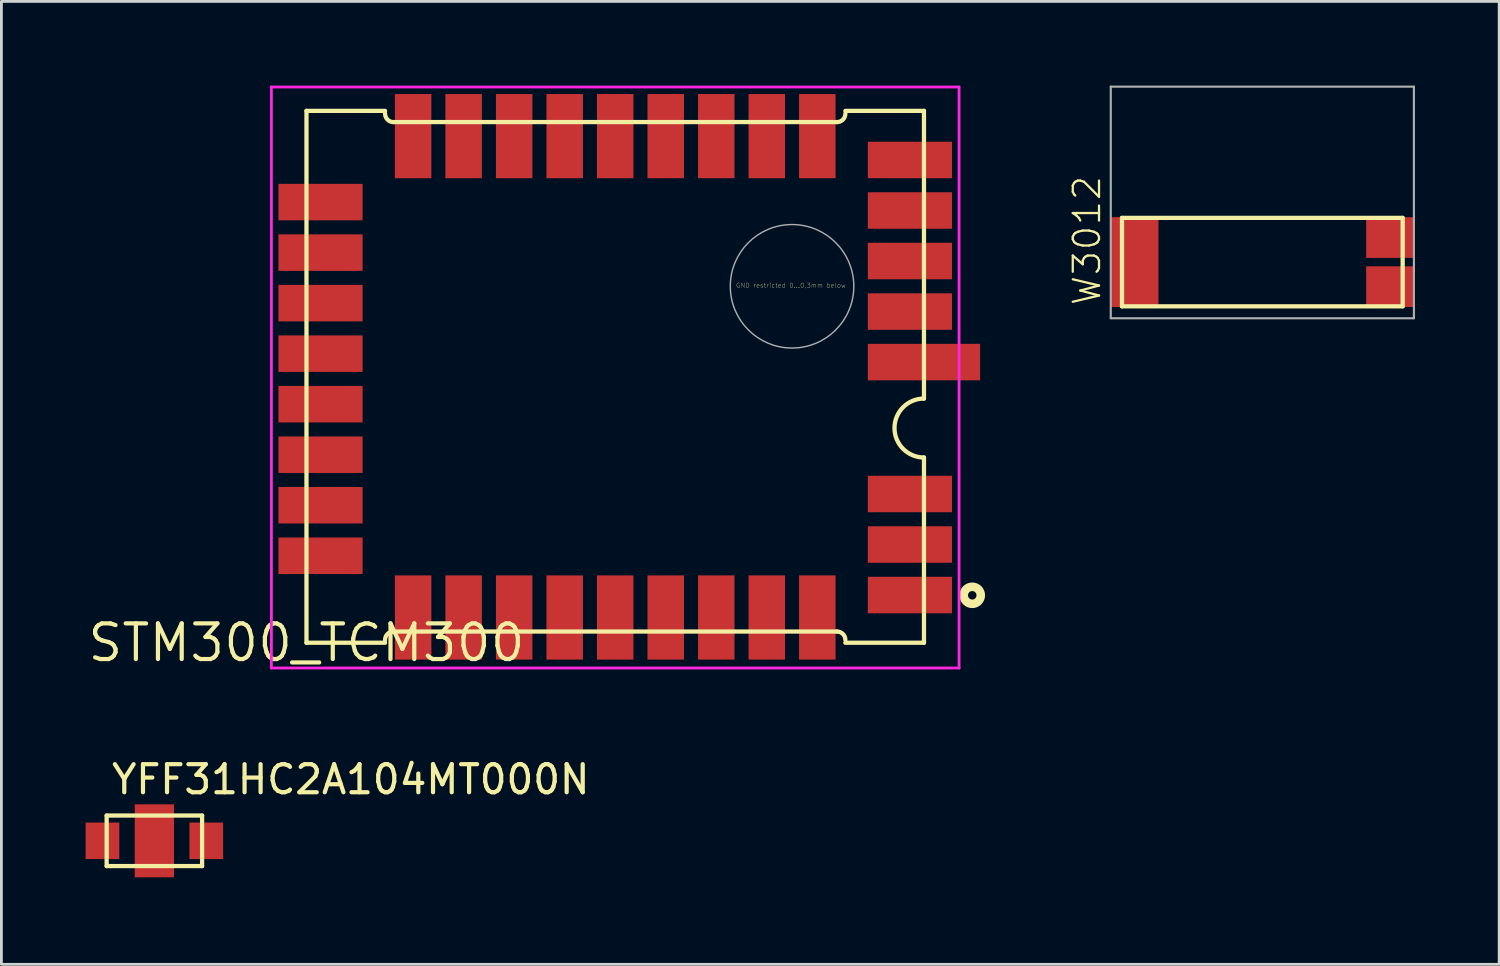
<source format=kicad_pcb>
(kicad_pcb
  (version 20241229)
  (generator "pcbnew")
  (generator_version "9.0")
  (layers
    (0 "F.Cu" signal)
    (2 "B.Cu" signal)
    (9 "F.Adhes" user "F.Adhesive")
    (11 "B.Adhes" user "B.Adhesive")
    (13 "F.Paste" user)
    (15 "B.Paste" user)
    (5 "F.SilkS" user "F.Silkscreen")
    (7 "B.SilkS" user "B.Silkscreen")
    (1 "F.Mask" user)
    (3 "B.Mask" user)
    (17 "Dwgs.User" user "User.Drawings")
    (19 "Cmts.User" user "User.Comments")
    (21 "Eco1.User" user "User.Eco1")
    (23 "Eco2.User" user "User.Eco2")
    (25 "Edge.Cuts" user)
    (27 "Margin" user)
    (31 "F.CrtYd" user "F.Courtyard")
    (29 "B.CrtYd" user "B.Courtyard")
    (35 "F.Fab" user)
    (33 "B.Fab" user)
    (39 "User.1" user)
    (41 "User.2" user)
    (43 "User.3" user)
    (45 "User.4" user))
  (footprint "W3012"
    (layer "F.Cu")
    (at 41.924 6.288)
    (property "Reference" "W3012" (at -5.7 1.6 90) (unlocked yes) (layer "F.SilkS") (effects (font (size 0.935 0.935) (thickness 0.081)) (justify left bottom)))
    (fp_line (start -5 -1.575) (end 5 -1.575) (stroke (width 0.152) (type solid)) (layer "F.SilkS"))
    (fp_line (start -5 1.575) (end -5 -1.575) (stroke (width 0.152) (type solid)) (layer "F.SilkS"))
    (fp_line (start 5 -1.575) (end 5 1.575) (stroke (width 0.152) (type solid)) (layer "F.SilkS"))
    (fp_line (start 5 1.575) (end -5 1.575) (stroke (width 0.152) (type solid)) (layer "F.SilkS"))
    (fp_line (start -5.4 -6.25) (end -5.4 2) (stroke (width 0.076) (type solid)) (layer "F.Fab"))
    (fp_line (start -5.4 2) (end 5.4 2) (stroke (width 0.076) (type solid)) (layer "F.Fab"))
    (fp_line (start 5.4 -6.25) (end -5.4 -6.25) (stroke (width 0.076) (type solid)) (layer "F.Fab"))
    (fp_line (start 5.4 2) (end 5.4 -6.25) (stroke (width 0.076) (type solid)) (layer "F.Fab"))
    (pad "1" smd rect (at 4.55 -0.875) (size 1.7 1.45) (layers "F.Cu" "F.Mask" "F.Paste"))
    (pad "2" smd rect (at 4.55 0.875) (size 1.7 1.45) (layers "F.Cu" "F.Mask" "F.Paste"))
    (pad "3" smd rect (at -4.55 0) (size 1.7 3.2) (layers "F.Cu" "F.Mask" "F.Paste")))
  (footprint "STM300_TCM300"
    (layer "F.Cu")
    (at 7.869 19.85)
    (property "Reference" "STM300_TCM300" (at 0 0 0) (unlocked yes) (layer "F.SilkS") (effects (font (size 1.27 1.27) (thickness 0.15))))
    (fp_line (start 0 -18.95) (end 2.8 -18.95) (stroke (width 0.152) (type solid)) (layer "F.SilkS"))
    (fp_line (start 0 0) (end 0 -18.95) (stroke (width 0.152) (type solid)) (layer "F.SilkS"))
    (fp_line (start 0 0) (end 2.8 0) (stroke (width 0.152) (type solid)) (layer "F.SilkS"))
    (fp_line (start 2.8 -18.95) (end 2.8 -18.85) (stroke (width 0.1) (type solid)) (layer "F.SilkS"))
    (fp_line (start 2.8 0) (end 2.8 -0.1) (stroke (width 0.1) (type solid)) (layer "F.SilkS"))
    (fp_line (start 3.1 -0.4) (end 18.9 -0.4) (stroke (width 0.152) (type solid)) (layer "F.SilkS"))
    (fp_line (start 18.9 -18.55) (end 3.1 -18.55) (stroke (width 0.152) (type solid)) (layer "F.SilkS"))
    (fp_line (start 19.2 -18.95) (end 19.2 -18.85) (stroke (width 0.1) (type solid)) (layer "F.SilkS"))
    (fp_line (start 19.2 0) (end 19.2 -0.1) (stroke (width 0.1) (type solid)) (layer "F.SilkS"))
    (fp_line (start 22 -18.95) (end 19.2 -18.95) (stroke (width 0.152) (type solid)) (layer "F.SilkS"))
    (fp_line (start 22 -18.95) (end 22 -8.7) (stroke (width 0.152) (type solid)) (layer "F.SilkS"))
    (fp_line (start 22 -6.6) (end 22 0) (stroke (width 0.152) (type solid)) (layer "F.SilkS"))
    (fp_line (start 22 0) (end 19.2 0) (stroke (width 0.152) (type solid)) (layer "F.SilkS"))
    (fp_arc (start 2.8 -0.1) (mid 2.887869 -0.312132) (end 3.100001 -0.399999) (stroke (width 0.1524) (type solid)) (layer "F.SilkS"))
    (fp_arc (start 3.1 -18.55) (mid 2.887868 -18.637868) (end 2.8 -18.85) (stroke (width 0.1524) (type solid)) (layer "F.SilkS"))
    (fp_arc (start 18.899999 -0.399999) (mid 19.112131 -0.312132) (end 19.2 -0.1) (stroke (width 0.1524) (type solid)) (layer "F.SilkS"))
    (fp_arc (start 19.2 -18.85) (mid 19.112132 -18.637868) (end 18.9 -18.55) (stroke (width 0.1524) (type solid)) (layer "F.SilkS"))
    (fp_arc (start 22 -6.6) (mid 20.95 -7.65) (end 22 -8.7) (stroke (width 0.1524) (type solid)) (layer "F.SilkS"))
    (fp_circle (center 23.72 -1.691) (end 24.024 -1.691) (stroke (width 0.305) (type solid)) (fill no) (layer "F.SilkS"))
    (fp_poly (pts (xy -0.925 -15.082) (xy 1.925 -15.082) (xy 1.925 -16.317) (xy -0.925 -16.317)) (stroke (width 0) (type default)) (fill yes) (layer "F.Paste"))
    (fp_poly (pts (xy -0.925 -13.283) (xy 1.925 -13.283) (xy 1.925 -14.518) (xy -0.925 -14.518)) (stroke (width 0) (type default)) (fill yes) (layer "F.Paste"))
    (fp_poly (pts (xy -0.925 -11.482) (xy 1.925 -11.482) (xy 1.925 -12.717) (xy -0.925 -12.717)) (stroke (width 0) (type default)) (fill yes) (layer "F.Paste"))
    (fp_poly (pts (xy -0.925 -9.682) (xy 1.925 -9.682) (xy 1.925 -10.918) (xy -0.925 -10.918)) (stroke (width 0) (type default)) (fill yes) (layer "F.Paste"))
    (fp_poly (pts (xy -0.925 -7.883) (xy 1.925 -7.883) (xy 1.925 -9.117) (xy -0.925 -9.117)) (stroke (width 0) (type default)) (fill yes) (layer "F.Paste"))
    (fp_poly (pts (xy -0.925 -6.082) (xy 1.925 -6.082) (xy 1.925 -7.317) (xy -0.925 -7.317)) (stroke (width 0) (type default)) (fill yes) (layer "F.Paste"))
    (fp_poly (pts (xy -0.925 -4.282) (xy 1.925 -4.282) (xy 1.925 -5.518) (xy -0.925 -5.518)) (stroke (width 0) (type default)) (fill yes) (layer "F.Paste"))
    (fp_poly (pts (xy -0.925 -2.482) (xy 1.925 -2.482) (xy 1.925 -3.717) (xy -0.925 -3.717)) (stroke (width 0) (type default)) (fill yes) (layer "F.Paste"))
    (fp_poly (pts (xy 4.418 -16.625) (xy 4.418 -19.475) (xy 3.183 -19.475) (xy 3.183 -16.625)) (stroke (width 0) (type default)) (fill yes) (layer "F.Paste"))
    (fp_poly (pts (xy 4.418 0.525) (xy 4.418 -2.325) (xy 3.183 -2.325) (xy 3.183 0.525)) (stroke (width 0) (type default)) (fill yes) (layer "F.Paste"))
    (fp_poly (pts (xy 6.218 -16.625) (xy 6.218 -19.475) (xy 4.982 -19.475) (xy 4.982 -16.625)) (stroke (width 0) (type default)) (fill yes) (layer "F.Paste"))
    (fp_poly (pts (xy 6.218 0.525) (xy 6.218 -2.325) (xy 4.982 -2.325) (xy 4.982 0.525)) (stroke (width 0) (type default)) (fill yes) (layer "F.Paste"))
    (fp_poly (pts (xy 8.018 -16.625) (xy 8.018 -19.475) (xy 6.782 -19.475) (xy 6.782 -16.625)) (stroke (width 0) (type default)) (fill yes) (layer "F.Paste"))
    (fp_poly (pts (xy 8.018 0.525) (xy 8.018 -2.325) (xy 6.782 -2.325) (xy 6.782 0.525)) (stroke (width 0) (type default)) (fill yes) (layer "F.Paste"))
    (fp_poly (pts (xy 9.818 -16.625) (xy 9.818 -19.475) (xy 8.582 -19.475) (xy 8.582 -16.625)) (stroke (width 0) (type default)) (fill yes) (layer "F.Paste"))
    (fp_poly (pts (xy 9.818 0.525) (xy 9.818 -2.325) (xy 8.582 -2.325) (xy 8.582 0.525)) (stroke (width 0) (type default)) (fill yes) (layer "F.Paste"))
    (fp_poly (pts (xy 11.617 -16.625) (xy 11.617 -19.475) (xy 10.383 -19.475) (xy 10.383 -16.625)) (stroke (width 0) (type default)) (fill yes) (layer "F.Paste"))
    (fp_poly (pts (xy 11.617 0.525) (xy 11.617 -2.325) (xy 10.383 -2.325) (xy 10.383 0.525)) (stroke (width 0) (type default)) (fill yes) (layer "F.Paste"))
    (fp_poly (pts (xy 13.418 -16.625) (xy 13.418 -19.475) (xy 12.182 -19.475) (xy 12.182 -16.625)) (stroke (width 0) (type default)) (fill yes) (layer "F.Paste"))
    (fp_poly (pts (xy 13.418 0.525) (xy 13.418 -2.325) (xy 12.182 -2.325) (xy 12.182 0.525)) (stroke (width 0) (type default)) (fill yes) (layer "F.Paste"))
    (fp_poly (pts (xy 15.217 -16.625) (xy 15.217 -19.475) (xy 13.982 -19.475) (xy 13.982 -16.625)) (stroke (width 0) (type default)) (fill yes) (layer "F.Paste"))
    (fp_poly (pts (xy 15.217 0.525) (xy 15.217 -2.325) (xy 13.982 -2.325) (xy 13.982 0.525)) (stroke (width 0) (type default)) (fill yes) (layer "F.Paste"))
    (fp_poly (pts (xy 17.017 -16.625) (xy 17.017 -19.475) (xy 15.783 -19.475) (xy 15.783 -16.625)) (stroke (width 0) (type default)) (fill yes) (layer "F.Paste"))
    (fp_poly (pts (xy 17.017 0.525) (xy 17.017 -2.325) (xy 15.783 -2.325) (xy 15.783 0.525)) (stroke (width 0) (type default)) (fill yes) (layer "F.Paste"))
    (fp_poly (pts (xy 18.817 -16.625) (xy 18.817 -19.475) (xy 17.582 -19.475) (xy 17.582 -16.625)) (stroke (width 0) (type default)) (fill yes) (layer "F.Paste"))
    (fp_poly (pts (xy 18.817 0.525) (xy 18.817 -2.325) (xy 17.582 -2.325) (xy 17.582 0.525)) (stroke (width 0) (type default)) (fill yes) (layer "F.Paste"))
    (fp_poly (pts (xy 22.924 -17.82) (xy 20.075 -17.82) (xy 20.075 -16.584) (xy 22.924 -16.584)) (stroke (width 0) (type default)) (fill yes) (layer "F.Paste"))
    (fp_poly (pts (xy 22.924 -16.02) (xy 20.075 -16.02) (xy 20.075 -14.784) (xy 22.924 -14.784)) (stroke (width 0) (type default)) (fill yes) (layer "F.Paste"))
    (fp_poly (pts (xy 22.924 -14.22) (xy 20.075 -14.22) (xy 20.075 -12.985) (xy 22.924 -12.985)) (stroke (width 0) (type default)) (fill yes) (layer "F.Paste"))
    (fp_poly (pts (xy 22.924 -12.419) (xy 20.075 -12.419) (xy 20.075 -11.184) (xy 22.924 -11.184)) (stroke (width 0) (type default)) (fill yes) (layer "F.Paste"))
    (fp_poly (pts (xy 22.924 -10.62) (xy 20.075 -10.62) (xy 20.075 -9.384) (xy 22.924 -9.384)) (stroke (width 0) (type default)) (fill yes) (layer "F.Paste"))
    (fp_poly (pts (xy 22.925 -5.918) (xy 20.075 -5.918) (xy 20.075 -4.683) (xy 22.925 -4.683)) (stroke (width 0) (type default)) (fill yes) (layer "F.Paste"))
    (fp_poly (pts (xy 22.925 -4.117) (xy 20.075 -4.117) (xy 20.075 -2.882) (xy 22.925 -2.882)) (stroke (width 0) (type default)) (fill yes) (layer "F.Paste"))
    (fp_poly (pts (xy 22.925 -2.317) (xy 20.075 -2.317) (xy 20.075 -1.083) (xy 22.925 -1.083)) (stroke (width 0) (type default)) (fill yes) (layer "F.Paste"))
    (fp_line (start -1.25 -19.8) (end 23.25 -19.8) (stroke (width 0.1) (type solid)) (layer "F.CrtYd"))
    (fp_line (start -1.25 0.9) (end -1.25 -19.8) (stroke (width 0.1) (type solid)) (layer "F.CrtYd"))
    (fp_line (start 23.25 -19.8) (end 23.25 0.9) (stroke (width 0.1) (type solid)) (layer "F.CrtYd"))
    (fp_line (start 23.25 0.9) (end -1.25 0.9) (stroke (width 0.1) (type solid)) (layer "F.CrtYd"))
    (fp_circle (center 17.3 -12.7) (end 19.5 -12.7) (stroke (width 0.05) (type solid)) (fill no) (layer "F.Fab"))
    (fp_text user "GND restricted 0...0,3mm below" (at 15.296 -12.636 0) (layer "F.SilkS") (effects (font (size 0.162 0.162) (thickness 0.009)) (justify left bottom)))
    (pad "1" smd rect (at 21.5 -1.7 90) (size 1.3 3) (layers "F.Cu" "F.Mask"))
    (pad "2" smd rect (at 21.5 -3.5 90) (size 1.3 3) (layers "F.Cu" "F.Mask"))
    (pad "3" smd rect (at 21.5 -5.3 90) (size 1.3 3) (layers "F.Cu" "F.Mask"))
    (pad "4" smd rect (at 22 -10 90) (size 1.3 4) (layers "F.Cu" "F.Mask"))
    (pad "5" smd rect (at 21.5 -11.8 90) (size 1.3 3) (layers "F.Cu" "F.Mask"))
    (pad "6" smd rect (at 21.5 -13.6 90) (size 1.3 3) (layers "F.Cu" "F.Mask"))
    (pad "7" smd rect (at 21.5 -15.4 90) (size 1.3 3) (layers "F.Cu" "F.Mask"))
    (pad "8" smd rect (at 21.5 -17.2 90) (size 1.3 3) (layers "F.Cu" "F.Mask"))
    (pad "9" smd rect (at 18.2 -18.05) (size 1.3 3) (layers "F.Cu" "F.Mask"))
    (pad "10" smd rect (at 16.4 -18.05) (size 1.3 3) (layers "F.Cu" "F.Mask"))
    (pad "11" smd rect (at 14.6 -18.05) (size 1.3 3) (layers "F.Cu" "F.Mask"))
    (pad "12" smd rect (at 12.8 -18.05) (size 1.3 3) (layers "F.Cu" "F.Mask"))
    (pad "13" smd rect (at 11 -18.05) (size 1.3 3) (layers "F.Cu" "F.Mask"))
    (pad "14" smd rect (at 9.2 -18.05) (size 1.3 3) (layers "F.Cu" "F.Mask"))
    (pad "15" smd rect (at 7.4 -18.05) (size 1.3 3) (layers "F.Cu" "F.Mask"))
    (pad "16" smd rect (at 5.6 -18.05) (size 1.3 3) (layers "F.Cu" "F.Mask"))
    (pad "17" smd rect (at 3.8 -18.05) (size 1.3 3) (layers "F.Cu" "F.Mask"))
    (pad "18" smd rect (at 0.5 -15.7 90) (size 1.3 3) (layers "F.Cu" "F.Mask"))
    (pad "19" smd rect (at 0.5 -13.9 90) (size 1.3 3) (layers "F.Cu" "F.Mask"))
    (pad "20" smd rect (at 0.5 -12.1 90) (size 1.3 3) (layers "F.Cu" "F.Mask"))
    (pad "21" smd rect (at 0.5 -10.3 90) (size 1.3 3) (layers "F.Cu" "F.Mask"))
    (pad "22" smd rect (at 0.5 -8.5 90) (size 1.3 3) (layers "F.Cu" "F.Mask"))
    (pad "23" smd rect (at 0.5 -6.7 90) (size 1.3 3) (layers "F.Cu" "F.Mask"))
    (pad "24" smd rect (at 0.5 -4.9 90) (size 1.3 3) (layers "F.Cu" "F.Mask"))
    (pad "25" smd rect (at 0.5 -3.1 90) (size 1.3 3) (layers "F.Cu" "F.Mask"))
    (pad "26" smd rect (at 3.8 -0.9) (size 1.3 3) (layers "F.Cu" "F.Mask"))
    (pad "27" smd rect (at 5.6 -0.9) (size 1.3 3) (layers "F.Cu" "F.Mask"))
    (pad "28" smd rect (at 7.4 -0.9) (size 1.3 3) (layers "F.Cu" "F.Mask"))
    (pad "29" smd rect (at 9.2 -0.9) (size 1.3 3) (layers "F.Cu" "F.Mask"))
    (pad "30" smd rect (at 11 -0.9) (size 1.3 3) (layers "F.Cu" "F.Mask"))
    (pad "31" smd rect (at 12.8 -0.9) (size 1.3 3) (layers "F.Cu" "F.Mask"))
    (pad "32" smd rect (at 14.6 -0.9) (size 1.3 3) (layers "F.Cu" "F.Mask"))
    (pad "33" smd rect (at 16.4 -0.9) (size 1.3 3) (layers "F.Cu" "F.Mask"))
    (pad "34" smd rect (at 18.2 -0.9) (size 1.3 3) (layers "F.Cu" "F.Mask"))
    (zone (net_name "") (layer "F.Cu") (hatch edge 0.5) (connect_pads) (min_thickness 0.25) (filled_areas_thickness no) (keepout (tracks not_allowed) (vias not_allowed) (pads not_allowed) (copperpour not_allowed) (footprints allowed)) (placement (enabled no)) (fill) (polygon (pts (xy 27.369 7.15) (xy 27.35 6.857) (xy 27.291 6.569) (xy 27.195 6.291) (xy 27.062 6.029) (xy 26.896 5.787) (xy 26.699 5.569) (xy 26.474 5.379) (xy 26.226 5.221) (xy 25.96 5.097) (xy 25.679 5.01) (xy 25.389 4.961) (xy 25.096 4.951) (xy 24.803 4.981) (xy 24.517 5.049) (xy 24.243 5.154) (xy 23.985 5.296) (xy 23.749 5.47) (xy 23.538 5.674) (xy 23.355 5.905) (xy 23.206 6.158) (xy 23.091 6.428) (xy 23.013 6.712) (xy 22.974 7.003) (xy 22.974 7.297) (xy 23.013 7.588) (xy 23.091 7.872) (xy 23.206 8.142) (xy 23.355 8.395) (xy 23.538 8.626) (xy 23.749 8.83) (xy 23.985 9.004) (xy 24.243 9.146) (xy 24.517 9.251) (xy 24.803 9.319) (xy 25.096 9.349) (xy 25.389 9.339) (xy 25.679 9.29) (xy 25.96 9.203) (xy 26.226 9.079) (xy 26.474 8.921) (xy 26.699 8.731) (xy 26.896 8.513) (xy 27.062 8.271) (xy 27.195 8.009) (xy 27.291 7.731) (xy 27.35 7.443)))))
  (footprint "YFF31HC2A104MT000N"
    (layer "F.Cu")
    (at 2.45 26.906)
    (property "Reference" "YFF31HC2A104MT000N" (at -1.6 -1.6 0) (unlocked yes) (layer "F.SilkS") (effects (font (size 1 1) (thickness 0.15)) (justify left bottom)))
    (fp_poly (pts (xy -0.8 -0.4) (xy 0.8 -0.4) (xy 0.8 -1.4) (xy -0.8 -1.4)) (stroke (width 0) (type default)) (fill yes) (layer "F.Mask"))
    (fp_poly (pts (xy -0.8 1.4) (xy 0.8 1.4) (xy 0.8 0.4) (xy -0.8 0.4)) (stroke (width 0) (type default)) (fill yes) (layer "F.Mask"))
    (fp_line (start -1.7 -0.9) (end 1.7 -0.9) (stroke (width 0.152) (type solid)) (layer "F.SilkS"))
    (fp_line (start -1.7 0.9) (end -1.7 -0.9) (stroke (width 0.152) (type solid)) (layer "F.SilkS"))
    (fp_line (start 1.7 -0.9) (end 1.7 0.9) (stroke (width 0.152) (type solid)) (layer "F.SilkS"))
    (fp_line (start 1.7 0.9) (end -1.7 0.9) (stroke (width 0.152) (type solid)) (layer "F.SilkS"))
    (fp_poly (pts (xy -0.8 -0.4) (xy 0.8 -0.4) (xy 0.8 -1.4) (xy -0.8 -1.4)) (stroke (width 0) (type default)) (fill yes) (layer "F.Paste"))
    (fp_poly (pts (xy -0.8 1.4) (xy 0.8 1.4) (xy 0.8 0.4) (xy -0.8 0.4)) (stroke (width 0) (type default)) (fill yes) (layer "F.Paste"))
    (pad "1" smd rect (at -1.85 0) (size 1.2 1.3) (layers "F.Cu" "F.Mask" "F.Paste"))
    (pad "3" smd rect (at 1.85 0) (size 1.2 1.3) (layers "F.Cu" "F.Mask" "F.Paste"))
    (pad "GND" smd rect (at 0 0) (size 1.4 2.6) (layers "F.Cu")))
  (gr_rect
    (start -3 -3)
    (end 50.362 31.306)
    (stroke (width 0.1) (type default))
    (fill no)
    (layer "Edge.Cuts")))
</source>
